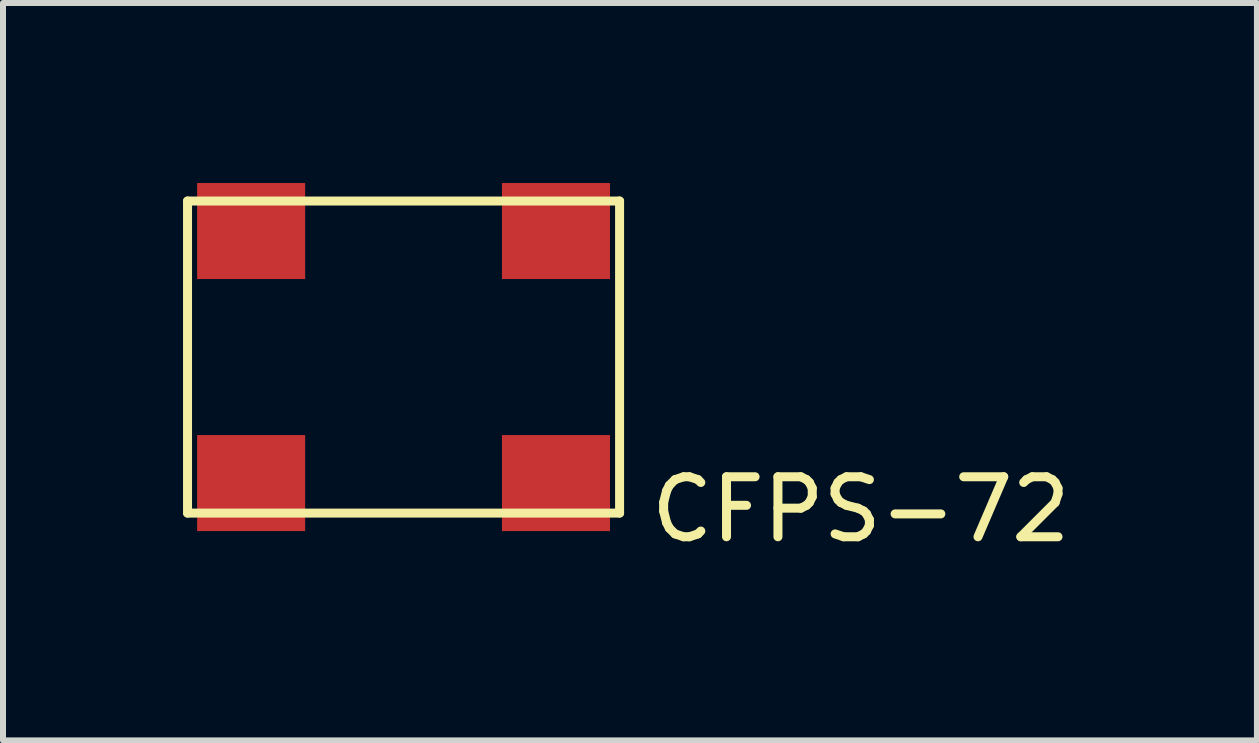
<source format=kicad_pcb>
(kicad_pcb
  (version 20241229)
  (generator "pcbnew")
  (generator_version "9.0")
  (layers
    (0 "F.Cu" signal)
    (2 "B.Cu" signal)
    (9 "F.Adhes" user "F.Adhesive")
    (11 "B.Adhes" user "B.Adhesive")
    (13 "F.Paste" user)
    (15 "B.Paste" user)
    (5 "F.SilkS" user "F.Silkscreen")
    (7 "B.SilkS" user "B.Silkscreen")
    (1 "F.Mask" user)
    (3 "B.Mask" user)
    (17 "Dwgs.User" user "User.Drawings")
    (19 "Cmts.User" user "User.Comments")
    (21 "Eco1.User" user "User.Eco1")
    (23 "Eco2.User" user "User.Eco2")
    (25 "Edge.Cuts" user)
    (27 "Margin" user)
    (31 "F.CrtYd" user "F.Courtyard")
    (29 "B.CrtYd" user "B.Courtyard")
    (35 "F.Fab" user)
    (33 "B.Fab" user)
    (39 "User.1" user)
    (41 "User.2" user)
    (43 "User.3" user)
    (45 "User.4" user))
  (footprint "CFPS-72"
    (layer "F.Cu")
    (at 3.675 2.9)
    (property "Reference" "CFPS-72" (at 7.62 2.54 0) (layer "F.SilkS") (effects (font (size 1 1) (thickness 0.15))))
    (attr through_hole)
    (fp_line (start -3.6 2.6) (end -3.6 -2.6) (stroke (width 0.15) (type solid)) (layer "F.SilkS"))
    (fp_line (start 3.6 -2.6) (end -3.6 -2.6) (stroke (width 0.15) (type solid)) (layer "F.SilkS"))
    (fp_line (start 3.6 2.6) (end -3.6 2.6) (stroke (width 0.15) (type solid)) (layer "F.SilkS"))
    (fp_line (start 3.6 2.6) (end 3.6 -2.6) (stroke (width 0.15) (type solid)) (layer "F.SilkS"))
    (pad "1" smd rect (at -2.54 2.1) (size 1.8 1.6) (layers "F.Cu" "F.Mask" "F.Paste"))
    (pad "2" smd rect (at 2.54 2.1) (size 1.8 1.6) (layers "F.Cu" "F.Mask" "F.Paste"))
    (pad "3" smd rect (at 2.54 -2.1) (size 1.8 1.6) (layers "F.Cu" "F.Mask" "F.Paste"))
    (pad "4" smd rect (at -2.54 -2.1) (size 1.8 1.6) (layers "F.Cu" "F.Mask" "F.Paste")))
  (gr_rect
    (start -3 -3)
    (end 17.896 9.288)
    (stroke (width 0.1) (type default))
    (fill no)
    (layer "Edge.Cuts")))
</source>
